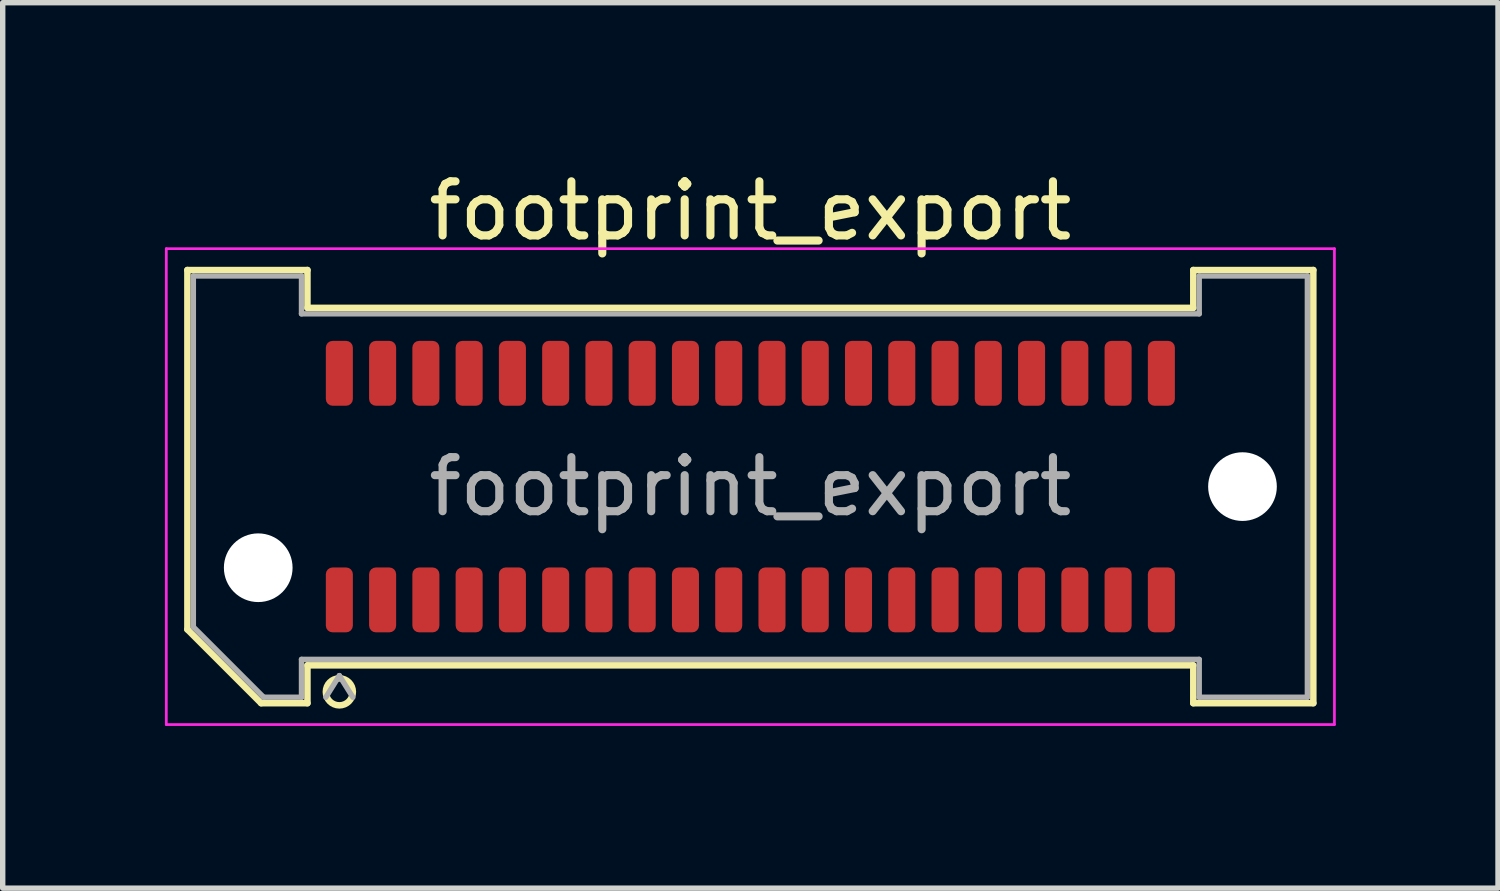
<source format=kicad_pcb>
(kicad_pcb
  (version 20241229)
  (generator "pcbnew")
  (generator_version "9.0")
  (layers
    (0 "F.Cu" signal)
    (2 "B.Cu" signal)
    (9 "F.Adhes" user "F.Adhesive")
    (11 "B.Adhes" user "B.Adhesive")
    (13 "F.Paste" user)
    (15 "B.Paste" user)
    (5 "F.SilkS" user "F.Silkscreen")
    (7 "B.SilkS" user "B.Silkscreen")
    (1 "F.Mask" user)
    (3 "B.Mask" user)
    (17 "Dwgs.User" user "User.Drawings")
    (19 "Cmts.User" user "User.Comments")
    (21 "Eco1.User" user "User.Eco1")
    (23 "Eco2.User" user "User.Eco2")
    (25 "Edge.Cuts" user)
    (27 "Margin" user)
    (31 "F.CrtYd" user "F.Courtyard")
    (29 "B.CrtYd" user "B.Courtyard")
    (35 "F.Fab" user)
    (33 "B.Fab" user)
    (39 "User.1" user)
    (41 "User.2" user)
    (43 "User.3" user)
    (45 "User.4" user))
  (footprint "footprint_export"
    (layer "F.Cu")
    (at 10.825 5.948)
    (property "Reference" "footprint_export" (at 0 -5.1 0) (layer "F.SilkS") (effects (font (size 1 1) (thickness 0.15))))
    (attr smd)
    (fp_line (start -10.41 -4.005) (end -8.19 -4.005) (stroke (width 0.12) (type solid)) (layer "F.SilkS"))
    (fp_line (start -10.41 2.641) (end -10.41 -4.005) (stroke (width 0.12) (type solid)) (layer "F.SilkS"))
    (fp_line (start -9.046 4.005) (end -10.41 2.641) (stroke (width 0.12) (type solid)) (layer "F.SilkS"))
    (fp_line (start -8.19 -4.005) (end -8.19 -3.305) (stroke (width 0.12) (type solid)) (layer "F.SilkS"))
    (fp_line (start -8.19 -3.305) (end 8.19 -3.305) (stroke (width 0.12) (type solid)) (layer "F.SilkS"))
    (fp_line (start -8.19 3.305) (end -8.19 4.005) (stroke (width 0.12) (type solid)) (layer "F.SilkS"))
    (fp_line (start -8.19 4.005) (end -9.046 4.005) (stroke (width 0.12) (type solid)) (layer "F.SilkS"))
    (fp_line (start 8.19 -4.005) (end 10.41 -4.005) (stroke (width 0.12) (type solid)) (layer "F.SilkS"))
    (fp_line (start 8.19 -3.305) (end 8.19 -4.005) (stroke (width 0.12) (type solid)) (layer "F.SilkS"))
    (fp_line (start 8.19 3.305) (end -8.19 3.305) (stroke (width 0.12) (type solid)) (layer "F.SilkS"))
    (fp_line (start 8.19 4.005) (end 8.19 3.305) (stroke (width 0.12) (type solid)) (layer "F.SilkS"))
    (fp_line (start 10.41 -4.005) (end 10.41 4.005) (stroke (width 0.12) (type solid)) (layer "F.SilkS"))
    (fp_line (start 10.41 4.005) (end 8.19 4.005) (stroke (width 0.12) (type solid)) (layer "F.SilkS"))
    (fp_arc (start -7.35 3.795) (mid -7.85 3.795) (end -7.35 3.795) (stroke (width 0.12) (type solid)) (layer "F.SilkS"))
    (fp_line (start -10.8 -4.4) (end -10.8 4.4) (stroke (width 0.05) (type solid)) (layer "F.CrtYd"))
    (fp_line (start -10.8 4.4) (end 10.8 4.4) (stroke (width 0.05) (type solid)) (layer "F.CrtYd"))
    (fp_line (start 10.8 -4.4) (end -10.8 -4.4) (stroke (width 0.05) (type solid)) (layer "F.CrtYd"))
    (fp_line (start 10.8 4.4) (end 10.8 -4.4) (stroke (width 0.05) (type solid)) (layer "F.CrtYd"))
    (fp_line (start -10.3 -3.895) (end -8.3 -3.895) (stroke (width 0.1) (type solid)) (layer "F.Fab"))
    (fp_line (start -10.3 2.595) (end -10.3 -3.895) (stroke (width 0.1) (type solid)) (layer "F.Fab"))
    (fp_line (start -9 3.895) (end -10.3 2.595) (stroke (width 0.1) (type solid)) (layer "F.Fab"))
    (fp_line (start -8.3 -3.895) (end -8.3 -3.195) (stroke (width 0.1) (type solid)) (layer "F.Fab"))
    (fp_line (start -8.3 -3.195) (end 8.3 -3.195) (stroke (width 0.1) (type solid)) (layer "F.Fab"))
    (fp_line (start -8.3 3.195) (end -8.3 3.895) (stroke (width 0.1) (type solid)) (layer "F.Fab"))
    (fp_line (start -8.3 3.895) (end -9 3.895) (stroke (width 0.1) (type solid)) (layer "F.Fab"))
    (fp_line (start -7.6 3.495) (end -7.85 3.895) (stroke (width 0.1) (type solid)) (layer "F.Fab"))
    (fp_line (start -7.6 3.495) (end -7.35 3.895) (stroke (width 0.1) (type solid)) (layer "F.Fab"))
    (fp_line (start 8.3 -3.895) (end 10.3 -3.895) (stroke (width 0.1) (type solid)) (layer "F.Fab"))
    (fp_line (start 8.3 -3.195) (end 8.3 -3.895) (stroke (width 0.1) (type solid)) (layer "F.Fab"))
    (fp_line (start 8.3 3.195) (end -8.3 3.195) (stroke (width 0.1) (type solid)) (layer "F.Fab"))
    (fp_line (start 8.3 3.895) (end 8.3 3.195) (stroke (width 0.1) (type solid)) (layer "F.Fab"))
    (fp_line (start 10.3 -3.895) (end 10.3 3.895) (stroke (width 0.1) (type solid)) (layer "F.Fab"))
    (fp_line (start 10.3 3.895) (end 8.3 3.895) (stroke (width 0.1) (type solid)) (layer "F.Fab"))
    (fp_text user "${REFERENCE}" (at 0 0 0) (layer "F.Fab") (effects (font (size 1 1) (thickness 0.15))))
    (pad "" np_thru_hole circle (at -9.1 1.5) (size 1.27 1.27) (drill 1.27) (layers "*.Cu" "*.Mask"))
    (pad "" np_thru_hole circle (at 9.1 0) (size 1.27 1.27) (drill 1.27) (layers "*.Cu" "*.Mask"))
    (pad "1" smd roundrect (at -7.6 2.095) (size 0.5 1.2) (layers "F.Cu" "F.Mask" "F.Paste") (roundrect_rratio 0.25))
    (pad "2" smd roundrect (at -7.6 -2.095) (size 0.5 1.2) (layers "F.Cu" "F.Mask" "F.Paste") (roundrect_rratio 0.25))
    (pad "3" smd roundrect (at -6.8 2.095) (size 0.5 1.2) (layers "F.Cu" "F.Mask" "F.Paste") (roundrect_rratio 0.25))
    (pad "4" smd roundrect (at -6.8 -2.095) (size 0.5 1.2) (layers "F.Cu" "F.Mask" "F.Paste") (roundrect_rratio 0.25))
    (pad "5" smd roundrect (at -6 2.095) (size 0.5 1.2) (layers "F.Cu" "F.Mask" "F.Paste") (roundrect_rratio 0.25))
    (pad "6" smd roundrect (at -6 -2.095) (size 0.5 1.2) (layers "F.Cu" "F.Mask" "F.Paste") (roundrect_rratio 0.25))
    (pad "7" smd roundrect (at -5.2 2.095) (size 0.5 1.2) (layers "F.Cu" "F.Mask" "F.Paste") (roundrect_rratio 0.25))
    (pad "8" smd roundrect (at -5.2 -2.095) (size 0.5 1.2) (layers "F.Cu" "F.Mask" "F.Paste") (roundrect_rratio 0.25))
    (pad "9" smd roundrect (at -4.4 2.095) (size 0.5 1.2) (layers "F.Cu" "F.Mask" "F.Paste") (roundrect_rratio 0.25))
    (pad "10" smd roundrect (at -4.4 -2.095) (size 0.5 1.2) (layers "F.Cu" "F.Mask" "F.Paste") (roundrect_rratio 0.25))
    (pad "11" smd roundrect (at -3.6 2.095) (size 0.5 1.2) (layers "F.Cu" "F.Mask" "F.Paste") (roundrect_rratio 0.25))
    (pad "12" smd roundrect (at -3.6 -2.095) (size 0.5 1.2) (layers "F.Cu" "F.Mask" "F.Paste") (roundrect_rratio 0.25))
    (pad "13" smd roundrect (at -2.8 2.095) (size 0.5 1.2) (layers "F.Cu" "F.Mask" "F.Paste") (roundrect_rratio 0.25))
    (pad "14" smd roundrect (at -2.8 -2.095) (size 0.5 1.2) (layers "F.Cu" "F.Mask" "F.Paste") (roundrect_rratio 0.25))
    (pad "15" smd roundrect (at -2 2.095) (size 0.5 1.2) (layers "F.Cu" "F.Mask" "F.Paste") (roundrect_rratio 0.25))
    (pad "16" smd roundrect (at -2 -2.095) (size 0.5 1.2) (layers "F.Cu" "F.Mask" "F.Paste") (roundrect_rratio 0.25))
    (pad "17" smd roundrect (at -1.2 2.095) (size 0.5 1.2) (layers "F.Cu" "F.Mask" "F.Paste") (roundrect_rratio 0.25))
    (pad "18" smd roundrect (at -1.2 -2.095) (size 0.5 1.2) (layers "F.Cu" "F.Mask" "F.Paste") (roundrect_rratio 0.25))
    (pad "19" smd roundrect (at -0.4 2.095) (size 0.5 1.2) (layers "F.Cu" "F.Mask" "F.Paste") (roundrect_rratio 0.25))
    (pad "20" smd roundrect (at -0.4 -2.095) (size 0.5 1.2) (layers "F.Cu" "F.Mask" "F.Paste") (roundrect_rratio 0.25))
    (pad "21" smd roundrect (at 0.4 2.095) (size 0.5 1.2) (layers "F.Cu" "F.Mask" "F.Paste") (roundrect_rratio 0.25))
    (pad "22" smd roundrect (at 0.4 -2.095) (size 0.5 1.2) (layers "F.Cu" "F.Mask" "F.Paste") (roundrect_rratio 0.25))
    (pad "23" smd roundrect (at 1.2 2.095) (size 0.5 1.2) (layers "F.Cu" "F.Mask" "F.Paste") (roundrect_rratio 0.25))
    (pad "24" smd roundrect (at 1.2 -2.095) (size 0.5 1.2) (layers "F.Cu" "F.Mask" "F.Paste") (roundrect_rratio 0.25))
    (pad "25" smd roundrect (at 2 2.095) (size 0.5 1.2) (layers "F.Cu" "F.Mask" "F.Paste") (roundrect_rratio 0.25))
    (pad "26" smd roundrect (at 2 -2.095) (size 0.5 1.2) (layers "F.Cu" "F.Mask" "F.Paste") (roundrect_rratio 0.25))
    (pad "27" smd roundrect (at 2.8 2.095) (size 0.5 1.2) (layers "F.Cu" "F.Mask" "F.Paste") (roundrect_rratio 0.25))
    (pad "28" smd roundrect (at 2.8 -2.095) (size 0.5 1.2) (layers "F.Cu" "F.Mask" "F.Paste") (roundrect_rratio 0.25))
    (pad "29" smd roundrect (at 3.6 2.095) (size 0.5 1.2) (layers "F.Cu" "F.Mask" "F.Paste") (roundrect_rratio 0.25))
    (pad "30" smd roundrect (at 3.6 -2.095) (size 0.5 1.2) (layers "F.Cu" "F.Mask" "F.Paste") (roundrect_rratio 0.25))
    (pad "31" smd roundrect (at 4.4 2.095) (size 0.5 1.2) (layers "F.Cu" "F.Mask" "F.Paste") (roundrect_rratio 0.25))
    (pad "32" smd roundrect (at 4.4 -2.095) (size 0.5 1.2) (layers "F.Cu" "F.Mask" "F.Paste") (roundrect_rratio 0.25))
    (pad "33" smd roundrect (at 5.2 2.095) (size 0.5 1.2) (layers "F.Cu" "F.Mask" "F.Paste") (roundrect_rratio 0.25))
    (pad "34" smd roundrect (at 5.2 -2.095) (size 0.5 1.2) (layers "F.Cu" "F.Mask" "F.Paste") (roundrect_rratio 0.25))
    (pad "35" smd roundrect (at 6 2.095) (size 0.5 1.2) (layers "F.Cu" "F.Mask" "F.Paste") (roundrect_rratio 0.25))
    (pad "36" smd roundrect (at 6 -2.095) (size 0.5 1.2) (layers "F.Cu" "F.Mask" "F.Paste") (roundrect_rratio 0.25))
    (pad "37" smd roundrect (at 6.8 2.095) (size 0.5 1.2) (layers "F.Cu" "F.Mask" "F.Paste") (roundrect_rratio 0.25))
    (pad "38" smd roundrect (at 6.8 -2.095) (size 0.5 1.2) (layers "F.Cu" "F.Mask" "F.Paste") (roundrect_rratio 0.25))
    (pad "39" smd roundrect (at 7.6 2.095) (size 0.5 1.2) (layers "F.Cu" "F.Mask" "F.Paste") (roundrect_rratio 0.25))
    (pad "40" smd roundrect (at 7.6 -2.095) (size 0.5 1.2) (layers "F.Cu" "F.Mask" "F.Paste") (roundrect_rratio 0.25)))
  (gr_rect
    (start -3 -3)
    (end 24.65 13.373)
    (stroke (width 0.1) (type default))
    (fill no)
    (layer "Edge.Cuts")))
</source>
